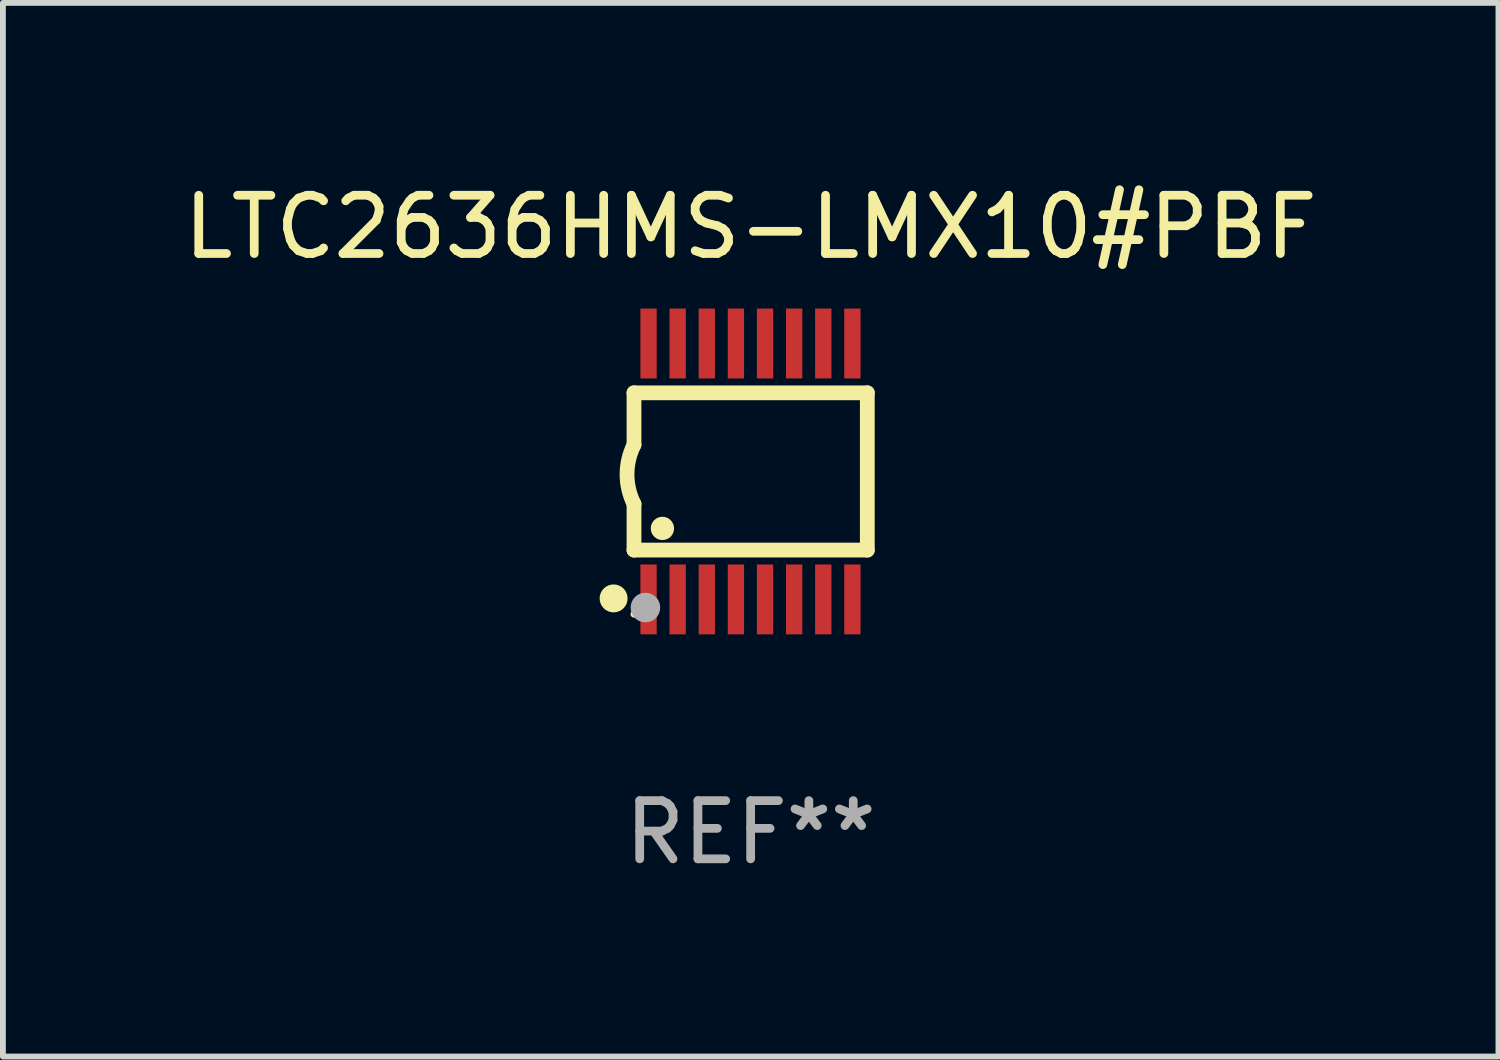
<source format=kicad_pcb>
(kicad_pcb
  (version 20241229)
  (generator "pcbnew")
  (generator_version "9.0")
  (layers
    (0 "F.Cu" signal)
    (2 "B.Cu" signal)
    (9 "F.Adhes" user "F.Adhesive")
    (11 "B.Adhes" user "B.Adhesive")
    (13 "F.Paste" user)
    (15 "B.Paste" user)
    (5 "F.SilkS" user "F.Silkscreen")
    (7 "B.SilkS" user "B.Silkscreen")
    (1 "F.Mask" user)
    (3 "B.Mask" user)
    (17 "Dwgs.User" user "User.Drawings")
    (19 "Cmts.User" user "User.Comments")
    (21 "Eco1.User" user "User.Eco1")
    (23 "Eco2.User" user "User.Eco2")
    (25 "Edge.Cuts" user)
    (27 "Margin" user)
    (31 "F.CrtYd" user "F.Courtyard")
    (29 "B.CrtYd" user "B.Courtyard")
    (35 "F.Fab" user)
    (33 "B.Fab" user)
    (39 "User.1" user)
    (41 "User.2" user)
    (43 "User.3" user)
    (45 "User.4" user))
  (footprint "LTC2636HMS-LMX10#PBF"
    (layer "F.Cu")
    (at 9.839 5.045)
    (property "Reference" "LTC2636HMS-LMX10#PBF" (at 0 -4.197 0) (layer "F.SilkS") (effects (font (size 1 1) (thickness 0.15))))
    (attr through_hole)
    (fp_line (start -2.003 -1.35) (end -2.003 -0.457) (stroke (width 0.254) (type solid)) (layer "F.SilkS"))
    (fp_line (start -2.003 -1.35) (end 2.003 -1.35) (stroke (width 0.254) (type solid)) (layer "F.SilkS"))
    (fp_line (start -2.003 1.35) (end -2.003 0.559) (stroke (width 0.254) (type solid)) (layer "F.SilkS"))
    (fp_line (start -2.003 1.35) (end 2.003 1.35) (stroke (width 0.254) (type solid)) (layer "F.SilkS"))
    (fp_line (start 2.003 -1.35) (end 2.003 1.35) (stroke (width 0.254) (type solid)) (layer "F.SilkS"))
    (fp_arc (start -2.002286 0.558802) (mid -2.122556 0.05092) (end -2.003302 -0.457201) (stroke (width 0.254001) (type solid)) (layer "F.SilkS"))
    (fp_circle (center -2.353 2.18) (end -2.233 2.18) (stroke (width 0.24) (type solid)) (fill no) (layer "F.SilkS"))
    (fp_circle (center -2.003 2.45) (end -1.973 2.45) (stroke (width 0.06) (type solid)) (fill no) (layer "F.SilkS"))
    (fp_circle (center -1.515 0.978) (end -1.415 0.978) (stroke (width 0.2) (type solid)) (fill no) (layer "F.SilkS"))
    (fp_circle (center -1.807 2.337) (end -1.68 2.337) (stroke (width 0.254) (type solid)) (fill no) (layer "F.Fab"))
    (fp_text user "REF**" (at 0 6.197 0) (layer "F.Fab") (effects (font (size 1 1) (thickness 0.15))))
    (pad "1" smd rect (at -1.753 2.197 90) (size 1.2 0.28) (layers "F.Cu" "F.Mask" "F.Paste"))
    (pad "2" smd rect (at -1.253 2.197 90) (size 1.2 0.28) (layers "F.Cu" "F.Mask" "F.Paste"))
    (pad "3" smd rect (at -0.753 2.197 90) (size 1.2 0.28) (layers "F.Cu" "F.Mask" "F.Paste"))
    (pad "4" smd rect (at -0.253 2.197 90) (size 1.2 0.28) (layers "F.Cu" "F.Mask" "F.Paste"))
    (pad "5" smd rect (at 0.247 2.197 90) (size 1.2 0.28) (layers "F.Cu" "F.Mask" "F.Paste"))
    (pad "6" smd rect (at 0.747 2.197 90) (size 1.2 0.28) (layers "F.Cu" "F.Mask" "F.Paste"))
    (pad "7" smd rect (at 1.247 2.197 90) (size 1.2 0.28) (layers "F.Cu" "F.Mask" "F.Paste"))
    (pad "8" smd rect (at 1.747 2.197 90) (size 1.2 0.28) (layers "F.Cu" "F.Mask" "F.Paste"))
    (pad "9" smd rect (at 1.747 -2.197 90) (size 1.2 0.28) (layers "F.Cu" "F.Mask" "F.Paste"))
    (pad "10" smd rect (at 1.247 -2.197 90) (size 1.2 0.28) (layers "F.Cu" "F.Mask" "F.Paste"))
    (pad "11" smd rect (at 0.747 -2.197 90) (size 1.2 0.28) (layers "F.Cu" "F.Mask" "F.Paste"))
    (pad "12" smd rect (at 0.247 -2.197 90) (size 1.2 0.28) (layers "F.Cu" "F.Mask" "F.Paste"))
    (pad "13" smd rect (at -0.253 -2.197 90) (size 1.2 0.28) (layers "F.Cu" "F.Mask" "F.Paste"))
    (pad "14" smd rect (at -0.753 -2.197 90) (size 1.2 0.28) (layers "F.Cu" "F.Mask" "F.Paste"))
    (pad "15" smd rect (at -1.253 -2.197 90) (size 1.2 0.28) (layers "F.Cu" "F.Mask" "F.Paste"))
    (pad "16" smd rect (at -1.753 -2.197 90) (size 1.2 0.28) (layers "F.Cu" "F.Mask" "F.Paste")))
  (gr_rect
    (start -3 -3)
    (end 22.679 15.091)
    (stroke (width 0.1) (type default))
    (fill no)
    (layer "Edge.Cuts")))
</source>
